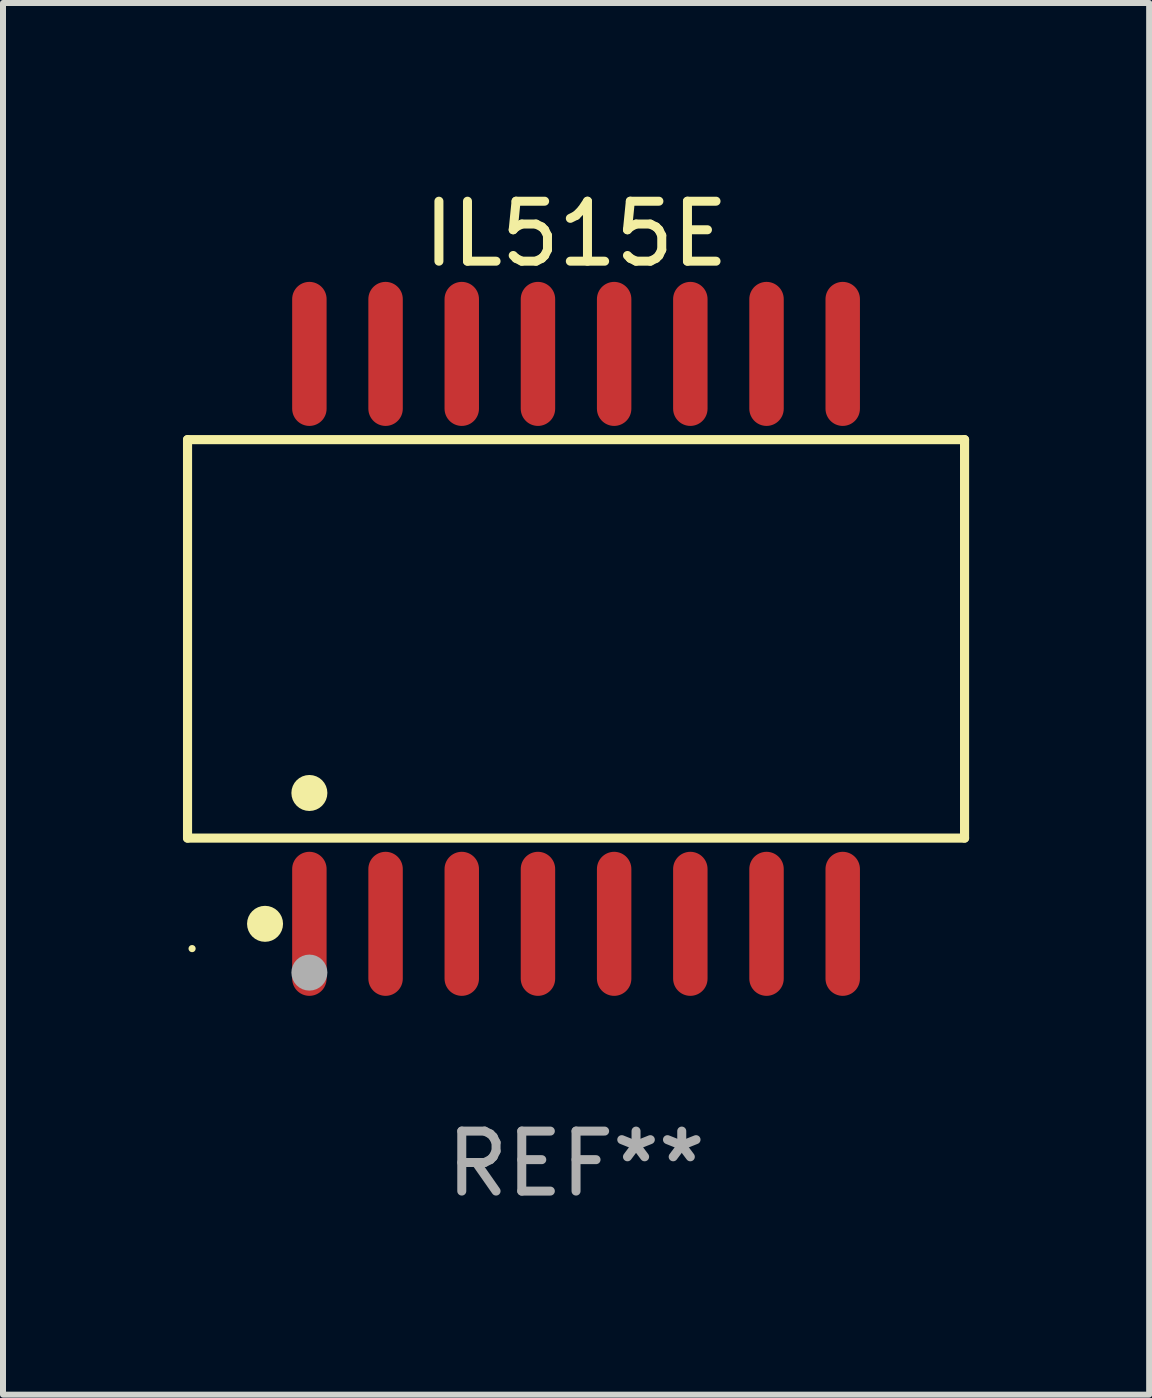
<source format=kicad_pcb>
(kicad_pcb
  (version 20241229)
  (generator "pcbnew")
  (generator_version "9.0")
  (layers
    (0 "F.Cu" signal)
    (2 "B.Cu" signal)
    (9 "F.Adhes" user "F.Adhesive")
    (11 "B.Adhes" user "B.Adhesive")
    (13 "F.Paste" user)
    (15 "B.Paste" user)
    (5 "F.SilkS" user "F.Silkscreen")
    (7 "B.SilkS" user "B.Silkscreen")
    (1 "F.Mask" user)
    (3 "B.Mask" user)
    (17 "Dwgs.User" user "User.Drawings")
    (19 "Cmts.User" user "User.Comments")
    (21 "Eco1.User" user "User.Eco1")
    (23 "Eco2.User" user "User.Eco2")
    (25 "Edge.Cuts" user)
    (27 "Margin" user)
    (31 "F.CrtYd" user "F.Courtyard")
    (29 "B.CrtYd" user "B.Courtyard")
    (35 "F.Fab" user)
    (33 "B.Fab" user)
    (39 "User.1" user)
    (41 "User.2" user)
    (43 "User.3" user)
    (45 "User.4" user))
  (footprint "IL515E"
    (layer "F.Cu")
    (at 6.552 7.599)
    (property "Reference" "IL515E" (at 0 -6.75 0) (layer "F.SilkS") (effects (font (size 1 1) (thickness 0.15))))
    (attr through_hole)
    (fp_line (start -6.476 -3.321) (end 6.476 -3.321) (stroke (width 0.152) (type solid)) (layer "F.SilkS"))
    (fp_line (start -6.476 3.321) (end -6.476 -3.321) (stroke (width 0.152) (type solid)) (layer "F.SilkS"))
    (fp_line (start 6.476 -3.321) (end 6.476 3.321) (stroke (width 0.152) (type solid)) (layer "F.SilkS"))
    (fp_line (start 6.476 3.321) (end -6.476 3.321) (stroke (width 0.152) (type solid)) (layer "F.SilkS"))
    (fp_circle (center -6.4 5.163) (end -6.37 5.163) (stroke (width 0.06) (type solid)) (fill no) (layer "F.SilkS"))
    (fp_circle (center -5.184 4.75) (end -5.034 4.75) (stroke (width 0.3) (type solid)) (fill no) (layer "F.SilkS"))
    (fp_circle (center -4.445 2.569) (end -4.295 2.569) (stroke (width 0.3) (type solid)) (fill no) (layer "F.SilkS"))
    (fp_circle (center -4.445 5.563) (end -4.295 5.563) (stroke (width 0.3) (type solid)) (fill no) (layer "F.Fab"))
    (fp_text user "REF**" (at 0 8.75 0) (layer "F.Fab") (effects (font (size 1 1) (thickness 0.15))))
    (pad "1" smd oval (at -4.445 4.75) (size 0.574 2.401) (layers "F.Cu" "F.Mask" "F.Paste"))
    (pad "2" smd oval (at -3.175 4.75) (size 0.574 2.401) (layers "F.Cu" "F.Mask" "F.Paste"))
    (pad "3" smd oval (at -1.905 4.75) (size 0.574 2.401) (layers "F.Cu" "F.Mask" "F.Paste"))
    (pad "4" smd oval (at -0.635 4.75) (size 0.574 2.401) (layers "F.Cu" "F.Mask" "F.Paste"))
    (pad "5" smd oval (at 0.635 4.75) (size 0.574 2.401) (layers "F.Cu" "F.Mask" "F.Paste"))
    (pad "6" smd oval (at 1.905 4.75) (size 0.574 2.401) (layers "F.Cu" "F.Mask" "F.Paste"))
    (pad "7" smd oval (at 3.175 4.75) (size 0.574 2.401) (layers "F.Cu" "F.Mask" "F.Paste"))
    (pad "8" smd oval (at 4.445 4.75) (size 0.574 2.401) (layers "F.Cu" "F.Mask" "F.Paste"))
    (pad "9" smd oval (at 4.445 -4.75) (size 0.574 2.401) (layers "F.Cu" "F.Mask" "F.Paste"))
    (pad "10" smd oval (at 3.175 -4.75) (size 0.574 2.401) (layers "F.Cu" "F.Mask" "F.Paste"))
    (pad "11" smd oval (at 1.905 -4.75) (size 0.574 2.401) (layers "F.Cu" "F.Mask" "F.Paste"))
    (pad "12" smd oval (at 0.635 -4.75) (size 0.574 2.401) (layers "F.Cu" "F.Mask" "F.Paste"))
    (pad "13" smd oval (at -0.635 -4.75) (size 0.574 2.401) (layers "F.Cu" "F.Mask" "F.Paste"))
    (pad "14" smd oval (at -1.905 -4.75) (size 0.574 2.401) (layers "F.Cu" "F.Mask" "F.Paste"))
    (pad "15" smd oval (at -3.175 -4.75) (size 0.574 2.401) (layers "F.Cu" "F.Mask" "F.Paste"))
    (pad "16" smd oval (at -4.445 -4.75) (size 0.574 2.401) (layers "F.Cu" "F.Mask" "F.Paste")))
  (gr_rect
    (start -3 -3)
    (end 16.105 20.197)
    (stroke (width 0.1) (type default))
    (fill no)
    (layer "Edge.Cuts")))
</source>
